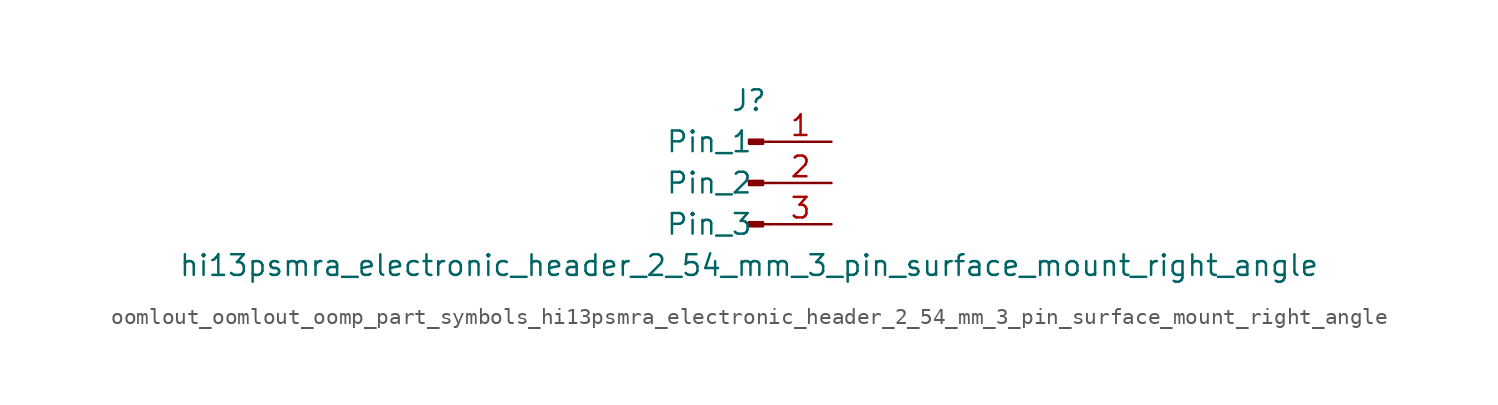
<source format=kicad_sym>
(kicad_symbol_lib
  (version 20220914)
  (generator kicad_symbol_editor)
  (symbol "oomlout_oomlout_oomp_part_symbols_hi13psmra_electronic_header_2_54_mm_3_pin_surface_mount_right_angle"
    (pin_names
      (offset 1.016))
    (property "Reference" "J"
      (at 0 5.08 0)
      (effects (font (size 1.27 1.27))))
    (property "Value" "hi13psmra_electronic_header_2_54_mm_3_pin_surface_mount_right_angle"
      (at 0 -5.08 0)
      (effects (font (size 1.27 1.27))))
    (property "ki_locked" ""
      (at 0 0 0)
      (effects (font (size 1.27 1.27))))
    (symbol "oomlout_oomlout_oomp_part_symbols_hi13psmra_electronic_header_2_54_mm_3_pin_surface_mount_right_angle_1_1"
      (polyline (pts (xy 1.27 -2.54) (xy 0.864 -2.54)) (stroke (width 0.152) (type default)) (fill (type none)))
      (polyline (pts (xy 1.27 0) (xy 0.864 0)) (stroke (width 0.152) (type default)) (fill (type none)))
      (polyline (pts (xy 1.27 2.54) (xy 0.864 2.54)) (stroke (width 0.152) (type default)) (fill (type none)))
      (rectangle (start 0.864 -2.413) (end 0 -2.667) (stroke (width 0.152) (type default)) (fill (type outline)))
      (rectangle (start 0.864 0.127) (end 0 -0.127) (stroke (width 0.152) (type default)) (fill (type outline)))
      (rectangle (start 0.864 2.667) (end 0 2.413) (stroke (width 0.152) (type default)) (fill (type outline)))
      (pin passive line (at 5.08 2.54 180) (length 3.81) (name "Pin_1" (effects (font (size 1.27 1.27)))) (number "1" (effects (font (size 1.27 1.27)))))
      (pin passive line (at 5.08 0 180) (length 3.81) (name "Pin_2" (effects (font (size 1.27 1.27)))) (number "2" (effects (font (size 1.27 1.27)))))
      (pin passive line (at 5.08 -2.54 180) (length 3.81) (name "Pin_3" (effects (font (size 1.27 1.27)))) (number "3" (effects (font (size 1.27 1.27))))))))
</source>
